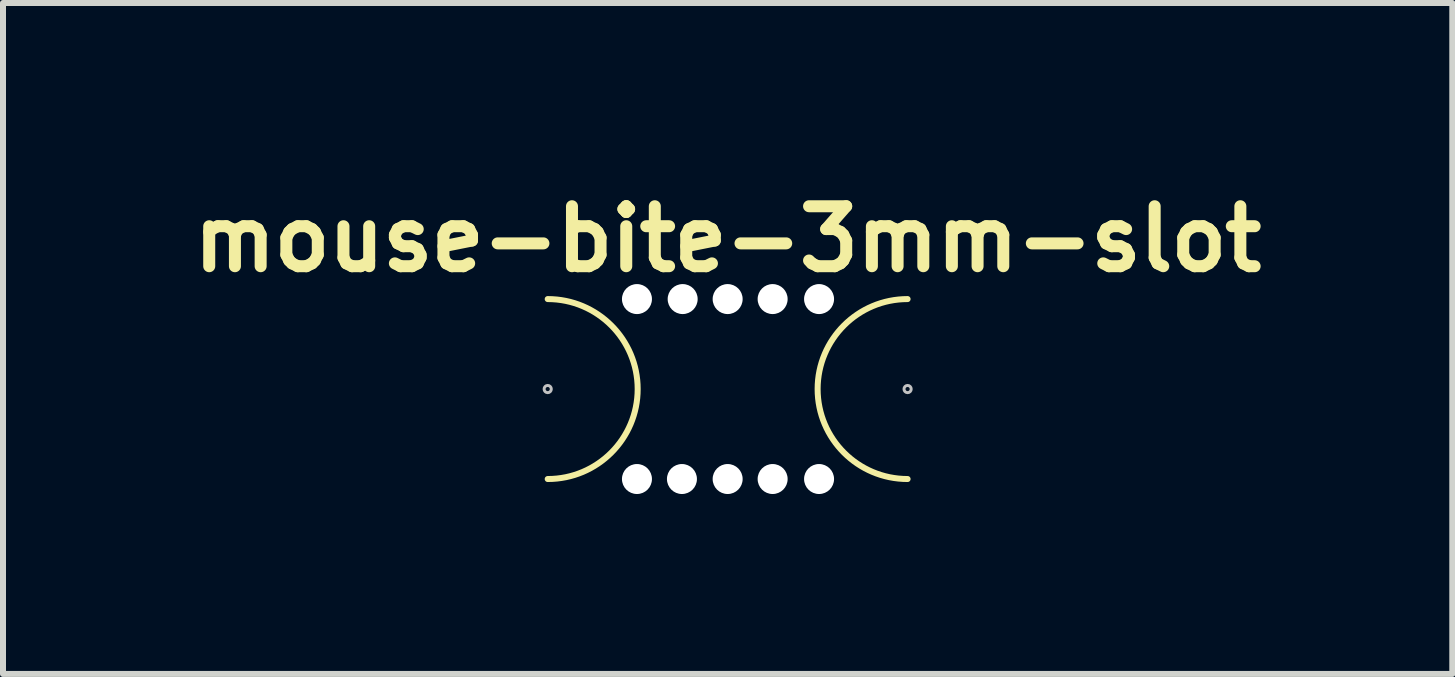
<source format=kicad_pcb>
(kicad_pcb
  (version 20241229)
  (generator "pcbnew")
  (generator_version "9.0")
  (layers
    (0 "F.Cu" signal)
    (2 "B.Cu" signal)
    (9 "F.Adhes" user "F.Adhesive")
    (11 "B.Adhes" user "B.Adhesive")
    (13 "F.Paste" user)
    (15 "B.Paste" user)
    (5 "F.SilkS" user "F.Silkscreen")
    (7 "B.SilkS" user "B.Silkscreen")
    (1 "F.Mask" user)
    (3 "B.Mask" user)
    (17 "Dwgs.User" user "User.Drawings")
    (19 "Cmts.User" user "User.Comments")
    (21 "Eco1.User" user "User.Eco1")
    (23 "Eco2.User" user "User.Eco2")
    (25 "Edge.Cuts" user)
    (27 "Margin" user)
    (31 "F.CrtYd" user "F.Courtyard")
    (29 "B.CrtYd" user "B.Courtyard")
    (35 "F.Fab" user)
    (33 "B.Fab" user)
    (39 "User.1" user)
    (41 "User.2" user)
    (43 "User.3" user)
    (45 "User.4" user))
  (footprint "mouse-bite-3mm-slot"
    (layer "F.Cu")
    (at 9.081 3.436)
    (property "Reference" "mouse-bite-3mm-slot" (at 0 -2.5 0) (layer "F.SilkS") (effects (font (size 1 1) (thickness 0.2))))
    (attr through_hole)
    (fp_arc (start -3 -1.5) (mid -1.5 0) (end -3 1.5) (stroke (width 0.1) (type solid)) (layer "F.SilkS"))
    (fp_arc (start 3 1.5) (mid 1.5 0) (end 3 -1.5) (stroke (width 0.1) (type solid)) (layer "F.SilkS"))
    (fp_circle (center -3 0) (end -3 -0.06) (stroke (width 0.05) (type solid)) (fill no) (layer "Dwgs.User"))
    (fp_circle (center 3 0) (end 3.06 0) (stroke (width 0.05) (type solid)) (fill no) (layer "Dwgs.User"))
    (fp_line (start -3 0) (end -3 0) (stroke (width 3) (type solid)) (layer "Eco1.User"))
    (fp_line (start 3 0) (end 3 0) (stroke (width 3) (type solid)) (layer "Eco1.User"))
    (pad "" np_thru_hole circle (at -1.512 -1.5) (size 0.5 0.5) (drill 0.5) (layers "*.Cu" "*.Mask"))
    (pad "" np_thru_hole circle (at -1.512 1.5) (size 0.5 0.5) (drill 0.5) (layers "*.Cu" "*.Mask"))
    (pad "" np_thru_hole circle (at -0.762 1.5) (size 0.5 0.5) (drill 0.5) (layers "*.Cu" "*.Mask"))
    (pad "" np_thru_hole circle (at -0.75 -1.5) (size 0.5 0.5) (drill 0.5) (layers "*.Cu" "*.Mask"))
    (pad "" np_thru_hole circle (at 0 -1.5) (size 0.5 0.5) (drill 0.5) (layers "*.Cu" "*.Mask"))
    (pad "" np_thru_hole circle (at 0 1.5) (size 0.5 0.5) (drill 0.5) (layers "*.Cu" "*.Mask"))
    (pad "" np_thru_hole circle (at 0.75 -1.5) (size 0.5 0.5) (drill 0.5) (layers "*.Cu" "*.Mask"))
    (pad "" np_thru_hole circle (at 0.75 1.5) (size 0.5 0.5) (drill 0.5) (layers "*.Cu" "*.Mask"))
    (pad "" np_thru_hole circle (at 1.524 -1.5) (size 0.5 0.5) (drill 0.5) (layers "*.Cu" "*.Mask"))
    (pad "" np_thru_hole circle (at 1.524 1.5) (size 0.5 0.5) (drill 0.5) (layers "*.Cu" "*.Mask")))
  (gr_rect
    (start -3 -3)
    (end 21.162 8.186)
    (stroke (width 0.1) (type default))
    (fill no)
    (layer "Edge.Cuts")))
</source>
